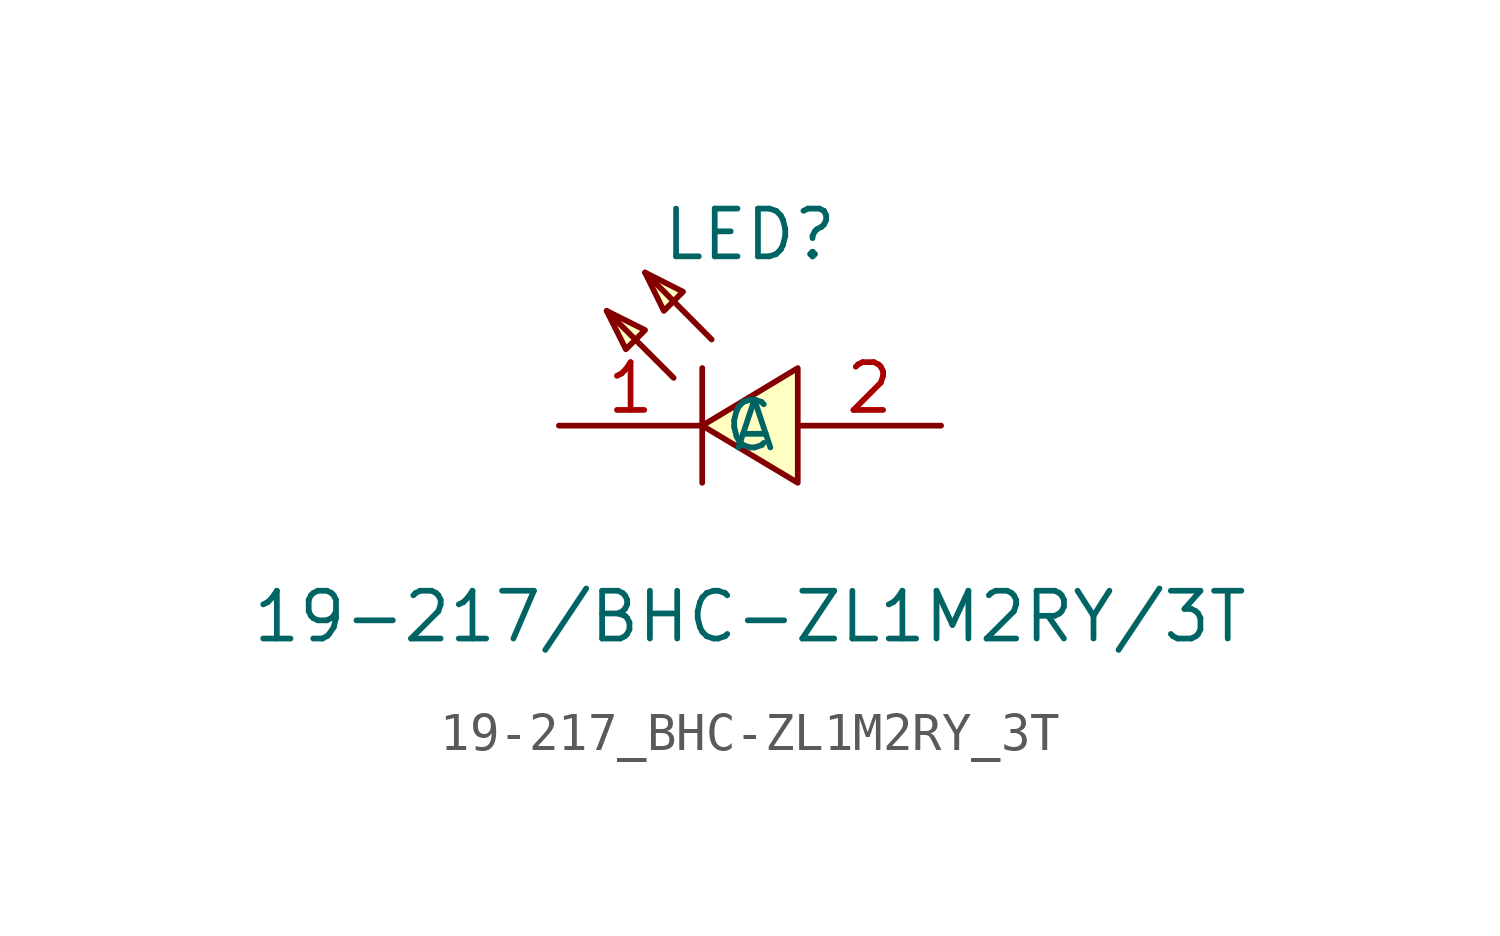
<source format=kicad_sym>
(kicad_symbol_lib
  (version 1)
  (generator "faebryk")
  (symbol "19-217_BHC-ZL1M2RY_3T"
    (property "Reference" "LED"
      (at 0 3.3 0)
      (effects (font (size 1.27 1.27)) (hide no)))
    (property "Value" "19-217/BHC-ZL1M2RY/3T"
      (at 0 -6.86 0)
      (effects (font (size 1.27 1.27)) (hide no)))
    (symbol "19-217_BHC-ZL1M2RY_3T_0_1"
      (polyline (stroke (width 0) (type default) (color 0 0 0 0)) (fill (type none)) (pts (xy -1.02 0.51) (xy -2.79 2.29)))
      (polyline (stroke (width 0) (type default) (color 0 0 0 0)) (fill (type none)) (pts (xy -2.03 -0.51) (xy -3.81 1.27)))
      (polyline (stroke (width 0) (type default) (color 0 0 0 0)) (fill (type none)) (pts (xy -1.27 -3.3) (xy -1.27 -0.25)))
      (polyline (stroke (width 0) (type default) (color 0 0 0 0)) (fill (type background)) (pts (xy 1.27 -0.25) (xy -1.27 -1.78) (xy 1.27 -3.3) (xy 1.27 -0.25)))
      (polyline (stroke (width 0) (type default) (color 0 0 0 0)) (fill (type background)) (pts (xy -2.79 2.29) (xy -2.29 1.27) (xy -1.78 1.78) (xy -2.79 2.29)))
      (polyline (stroke (width 0) (type default) (color 0 0 0 0)) (fill (type background)) (pts (xy -3.81 1.27) (xy -3.3 0.25) (xy -2.79 0.76) (xy -3.81 1.27)))
      (pin input line (at 5.08 -1.78 180) (length 3.81) (name "A" (effects (font (size 1.27 1.27)) (hide no))) (number "2" (effects (font (size 1.27 1.27)) (hide no))))
      (pin input line (at -5.08 -1.78 0) (length 3.81) (name "C" (effects (font (size 1.27 1.27)) (hide no))) (number "1" (effects (font (size 1.27 1.27)) (hide no)))))))
</source>
